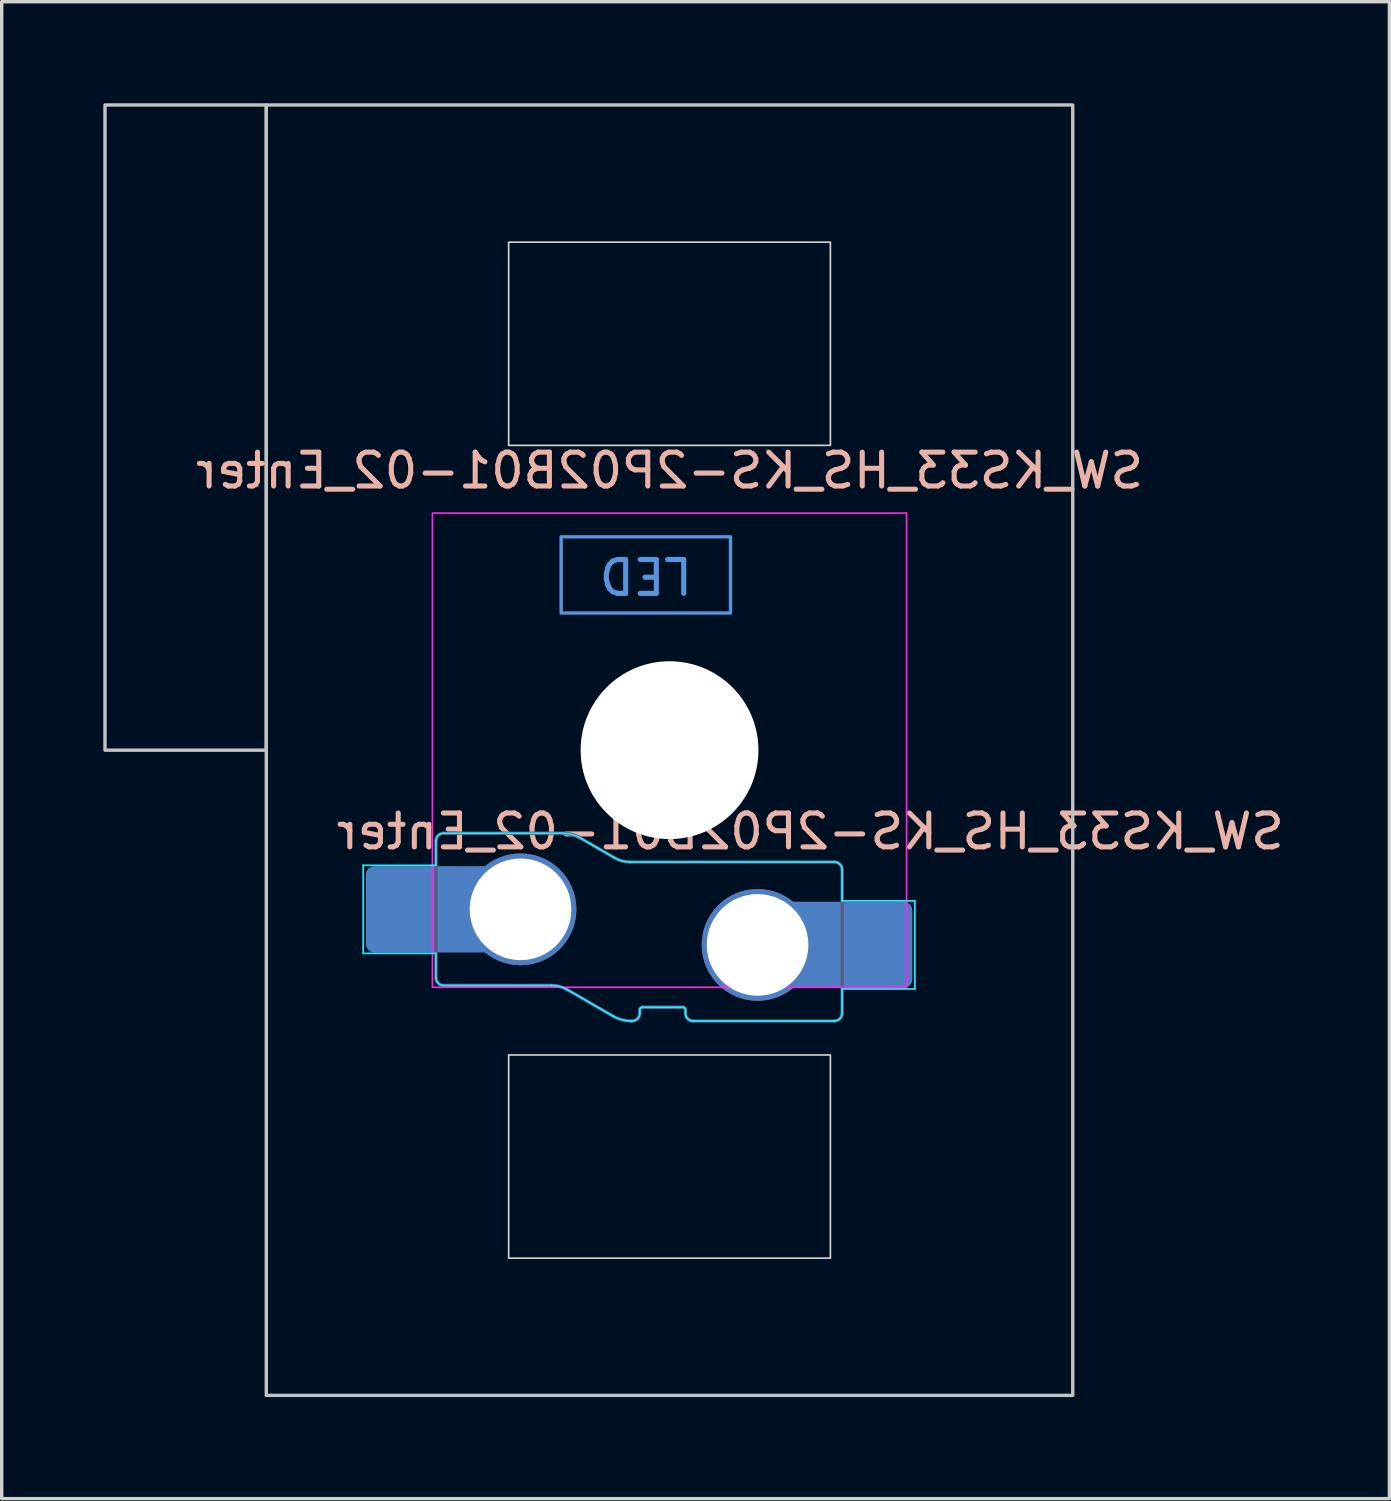
<source format=kicad_pcb>
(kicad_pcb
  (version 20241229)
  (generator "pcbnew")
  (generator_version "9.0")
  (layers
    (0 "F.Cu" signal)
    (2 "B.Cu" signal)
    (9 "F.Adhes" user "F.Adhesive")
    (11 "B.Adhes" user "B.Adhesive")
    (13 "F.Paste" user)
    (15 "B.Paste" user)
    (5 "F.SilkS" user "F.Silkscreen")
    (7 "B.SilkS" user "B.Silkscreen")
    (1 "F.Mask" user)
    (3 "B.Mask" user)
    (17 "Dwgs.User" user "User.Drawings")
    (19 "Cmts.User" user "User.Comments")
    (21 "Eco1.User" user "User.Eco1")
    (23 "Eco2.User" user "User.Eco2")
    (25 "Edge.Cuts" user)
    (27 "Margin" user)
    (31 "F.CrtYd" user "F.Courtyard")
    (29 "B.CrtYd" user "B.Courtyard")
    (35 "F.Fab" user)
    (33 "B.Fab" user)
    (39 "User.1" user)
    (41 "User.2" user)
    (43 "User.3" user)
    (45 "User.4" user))
  (footprint "SW_KS33_HS_KS-2P02B01-02_Enter"
    (layer "F.Cu")
    (at 16.719 19.1)
    (property "Reference" "SW_KS33_HS_KS-2P02B01-02_Enter" (at 4.155 2.4 180) (layer "B.SilkS") (effects (font (size 1 1) (thickness 0.15)) (justify mirror)))
    (attr smd)
    (fp_rect (start -16.669 -19.05) (end -11.906 0) (stroke (width 0.1) (type default)) (fill no) (layer "Dwgs.User"))
    (fp_rect (start -11.906 -19.05) (end 11.906 19.05) (stroke (width 0.1) (type solid)) (fill no) (layer "Dwgs.User"))
    (fp_rect (start -3.2 -4.05) (end 1.8 -6.3) (stroke (width 0.1) (type default)) (fill no) (layer "Cmts.User"))
    (fp_line (start -7 -6.5) (end -7 6.5) (stroke (width 0.1) (type default)) (layer "Eco2.User"))
    (fp_line (start -6.5 7) (end 6.5 7) (stroke (width 0.1) (type default)) (layer "Eco2.User"))
    (fp_line (start 6.5 -7) (end -6.5 -7) (stroke (width 0.1) (type default)) (layer "Eco2.User"))
    (fp_line (start 7 6.5) (end 7 -6.5) (stroke (width 0.1) (type default)) (layer "Eco2.User"))
    (fp_arc (start -7 -6.5) (mid -6.853553 -6.853553) (end -6.5 -7) (stroke (width 0.1) (type default)) (layer "Eco2.User"))
    (fp_arc (start -6.5 7) (mid -6.853553 6.853553) (end -7 6.5) (stroke (width 0.1) (type default)) (layer "Eco2.User"))
    (fp_arc (start 6.5 -7) (mid 6.853553 -6.853553) (end 7 -6.5) (stroke (width 0.1) (type default)) (layer "Eco2.User"))
    (fp_arc (start 7 6.5) (mid 6.853553 6.853553) (end 6.5 7) (stroke (width 0.1) (type default)) (layer "Eco2.User"))
    (fp_rect (start -4.75 -15) (end 4.75 -9) (stroke (width 0.05) (type solid)) (fill no) (layer "Edge.Cuts"))
    (fp_rect (start -4.75 9) (end 4.75 15) (stroke (width 0.05) (type solid)) (fill no) (layer "Edge.Cuts"))
    (fp_line (start -9.045 3.4) (end -9.045 6) (stroke (width 0.05) (type solid)) (layer "B.CrtYd"))
    (fp_line (start -9.045 6) (end -6.897 6) (stroke (width 0.05) (type solid)) (layer "B.CrtYd"))
    (fp_line (start -6.897 2.678) (end -6.897 3.4) (stroke (width 0.05) (type default)) (layer "B.CrtYd"))
    (fp_line (start -6.897 3.4) (end -9.045 3.4) (stroke (width 0.05) (type solid)) (layer "B.CrtYd"))
    (fp_line (start -6.897 6.722) (end -6.897 6) (stroke (width 0.05) (type default)) (layer "B.CrtYd"))
    (fp_line (start -6.672 6.947) (end -3.486 6.947) (stroke (width 0.05) (type solid)) (layer "B.CrtYd"))
    (fp_line (start -3.169 2.453) (end -6.672 2.453) (stroke (width 0.05) (type solid)) (layer "B.CrtYd"))
    (fp_line (start -3.023 7.07) (end -1.669 7.853) (stroke (width 0.05) (type solid)) (layer "B.CrtYd"))
    (fp_line (start -1.623 3.18) (end -2.631 2.597) (stroke (width 0.05) (type solid)) (layer "B.CrtYd"))
    (fp_line (start -1.131 7.997) (end -1.103 7.997) (stroke (width 0.05) (type solid)) (layer "B.CrtYd"))
    (fp_line (start -0.878 7.772) (end -0.878 7.666) (stroke (width 0.05) (type solid)) (layer "B.CrtYd"))
    (fp_line (start -0.803 7.591) (end 0.397 7.591) (stroke (width 0.05) (type solid)) (layer "B.CrtYd"))
    (fp_line (start 0.472 7.666) (end 0.472 7.772) (stroke (width 0.05) (type solid)) (layer "B.CrtYd"))
    (fp_line (start 0.697 7.997) (end 4.872 7.997) (stroke (width 0.05) (type solid)) (layer "B.CrtYd"))
    (fp_line (start 4.872 3.303) (end -1.161 3.303) (stroke (width 0.05) (type solid)) (layer "B.CrtYd"))
    (fp_line (start 5.097 4.45) (end 5.097 3.528) (stroke (width 0.05) (type default)) (layer "B.CrtYd"))
    (fp_line (start 5.097 7.05) (end 7.245 7.05) (stroke (width 0.05) (type solid)) (layer "B.CrtYd"))
    (fp_line (start 5.097 7.772) (end 5.097 7.05) (stroke (width 0.05) (type solid)) (layer "B.CrtYd"))
    (fp_line (start 7.245 4.45) (end 5.097 4.45) (stroke (width 0.05) (type solid)) (layer "B.CrtYd"))
    (fp_line (start 7.245 7.05) (end 7.245 4.45) (stroke (width 0.05) (type solid)) (layer "B.CrtYd"))
    (fp_arc (start -6.896509 2.678462) (mid -6.830601 2.51939) (end -6.671525 2.453491) (stroke (width 0.05) (type solid)) (layer "B.CrtYd"))
    (fp_arc (start -6.671538 6.946509) (mid -6.830605 6.880605) (end -6.896509 6.721538) (stroke (width 0.05) (type solid)) (layer "B.CrtYd"))
    (fp_arc (start -3.485647 6.946509) (mid -3.246259 6.978024) (end -3.023183 7.070426) (stroke (width 0.05) (type solid)) (layer "B.CrtYd"))
    (fp_arc (start -3.168841 2.453491) (mid -2.890655 2.490133) (end -2.63142 2.597493) (stroke (width 0.05) (type solid)) (layer "B.CrtYd"))
    (fp_arc (start -1.160763 3.303491) (mid -1.400151 3.271972) (end -1.623227 3.179574) (stroke (width 0.05) (type solid)) (layer "B.CrtYd"))
    (fp_arc (start -1.131159 7.996509) (mid -1.409348 7.959882) (end -1.66858 7.852507) (stroke (width 0.05) (type solid)) (layer "B.CrtYd"))
    (fp_arc (start -0.878483 7.666366) (mid -0.856509 7.613326) (end -0.803483 7.591366) (stroke (width 0.05) (type solid)) (layer "B.CrtYd"))
    (fp_arc (start -0.878483 7.771509) (mid -0.944384 7.930608) (end -1.103483 7.996509) (stroke (width 0.05) (type solid)) (layer "B.CrtYd"))
    (fp_arc (start 0.396517 7.591366) (mid 0.44955 7.613333) (end 0.471517 7.666366) (stroke (width 0.05) (type solid)) (layer "B.CrtYd"))
    (fp_arc (start 0.696525 7.997359) (mid 0.537421 7.931461) (end 0.471517 7.772359) (stroke (width 0.05) (type solid)) (layer "B.CrtYd"))
    (fp_arc (start 4.871538 3.303491) (mid 5.030608 3.369392) (end 5.096509 3.528462) (stroke (width 0.05) (type solid)) (layer "B.CrtYd"))
    (fp_arc (start 5.096509 7.771538) (mid 5.030611 7.930605) (end 4.871547 7.996509) (stroke (width 0.05) (type solid)) (layer "B.CrtYd"))
    (fp_rect (start -7 7) (end 7 -7) (stroke (width 0.05) (type default)) (fill no) (layer "F.CrtYd"))
    (fp_line (start -6.897 2.678) (end -6.897 6.722) (stroke (width 0.1) (type solid)) (layer "B.Fab"))
    (fp_line (start -6.672 6.947) (end -3.486 6.947) (stroke (width 0.1) (type solid)) (layer "B.Fab"))
    (fp_line (start -3.169 2.453) (end -6.672 2.453) (stroke (width 0.1) (type solid)) (layer "B.Fab"))
    (fp_line (start -3.023 7.07) (end -1.669 7.853) (stroke (width 0.1) (type solid)) (layer "B.Fab"))
    (fp_line (start -1.623 3.18) (end -2.631 2.597) (stroke (width 0.1) (type solid)) (layer "B.Fab"))
    (fp_line (start -1.131 7.997) (end -1.103 7.997) (stroke (width 0.1) (type solid)) (layer "B.Fab"))
    (fp_line (start -0.878 7.772) (end -0.878 7.666) (stroke (width 0.1) (type solid)) (layer "B.Fab"))
    (fp_line (start -0.803 7.591) (end 0.397 7.591) (stroke (width 0.1) (type solid)) (layer "B.Fab"))
    (fp_line (start 0.472 7.666) (end 0.472 7.772) (stroke (width 0.1) (type solid)) (layer "B.Fab"))
    (fp_line (start 0.697 7.997) (end 4.872 7.997) (stroke (width 0.1) (type solid)) (layer "B.Fab"))
    (fp_line (start 4.872 3.303) (end -1.161 3.303) (stroke (width 0.1) (type solid)) (layer "B.Fab"))
    (fp_line (start 5.097 7.772) (end 5.097 3.528) (stroke (width 0.1) (type solid)) (layer "B.Fab"))
    (fp_arc (start -6.896509 2.678462) (mid -6.830601 2.51939) (end -6.671525 2.453491) (stroke (width 0.1) (type solid)) (layer "B.Fab"))
    (fp_arc (start -6.671538 6.946509) (mid -6.830605 6.880605) (end -6.896509 6.721538) (stroke (width 0.1) (type solid)) (layer "B.Fab"))
    (fp_arc (start -3.485647 6.946509) (mid -3.246259 6.978024) (end -3.023183 7.070426) (stroke (width 0.1) (type solid)) (layer "B.Fab"))
    (fp_arc (start -3.168841 2.453491) (mid -2.890655 2.490133) (end -2.63142 2.597493) (stroke (width 0.1) (type solid)) (layer "B.Fab"))
    (fp_arc (start -1.160763 3.303491) (mid -1.400151 3.271972) (end -1.623227 3.179574) (stroke (width 0.1) (type solid)) (layer "B.Fab"))
    (fp_arc (start -1.131159 7.996509) (mid -1.409348 7.959882) (end -1.66858 7.852507) (stroke (width 0.1) (type solid)) (layer "B.Fab"))
    (fp_arc (start -0.878483 7.666366) (mid -0.856509 7.613326) (end -0.803483 7.591366) (stroke (width 0.1) (type solid)) (layer "B.Fab"))
    (fp_arc (start -0.878483 7.771509) (mid -0.944384 7.930608) (end -1.103483 7.996509) (stroke (width 0.1) (type solid)) (layer "B.Fab"))
    (fp_arc (start 0.396517 7.591366) (mid 0.44955 7.613333) (end 0.471517 7.666366) (stroke (width 0.1) (type solid)) (layer "B.Fab"))
    (fp_arc (start 0.696525 7.997359) (mid 0.537421 7.931461) (end 0.471517 7.772359) (stroke (width 0.1) (type solid)) (layer "B.Fab"))
    (fp_arc (start 4.871538 3.303491) (mid 5.030608 3.369392) (end 5.096509 3.528462) (stroke (width 0.1) (type solid)) (layer "B.Fab"))
    (fp_arc (start 5.096509 7.771538) (mid 5.030611 7.930605) (end 4.871547 7.996509) (stroke (width 0.1) (type solid)) (layer "B.Fab"))
    (fp_text user "${REFERENCE}" (at 0 -8.255 180) (layer "B.SilkS") (effects (font (size 1 1) (thickness 0.15)) (justify mirror)))
    (fp_text user "LED" (at -0.7 -5.175 180) (unlocked yes) (layer "Cmts.User") (effects (font (size 1 1) (thickness 0.15))))
    (pad "" np_thru_hole circle (at 0 0 180) (size 5.25 5.25) (drill 5.25) (layers "*.Cu" "*.Mask"))
    (pad "1" smd roundrect (at -7.645 4.7) (size 2.65 2.55) (layers "B.Cu" "B.Mask" "B.Paste") (roundrect_rratio 0.1))
    (pad "1" smd rect (at -5.95 4.7) (size 1.2 2.55) (layers "B.Cu"))
    (pad "1" thru_hole circle (at -4.4 4.7) (size 3.3 3.3) (drill 3) (layers "*.Cu" "B.Mask"))
    (pad "2" thru_hole circle (at 2.6 5.75) (size 3.3 3.3) (drill 3) (layers "*.Cu" "B.Mask"))
    (pad "2" smd rect (at 4.15 5.75 180) (size 1.2 2.55) (layers "B.Cu"))
    (pad "2" smd roundrect (at 5.845 5.75) (size 2.65 2.55) (layers "B.Cu" "B.Mask" "B.Paste") (roundrect_rratio 0.1)))
  (gr_rect
    (start -3 -3)
    (end 37.975 41.2)
    (stroke (width 0.1) (type default))
    (fill no)
    (layer "Edge.Cuts")))
</source>
